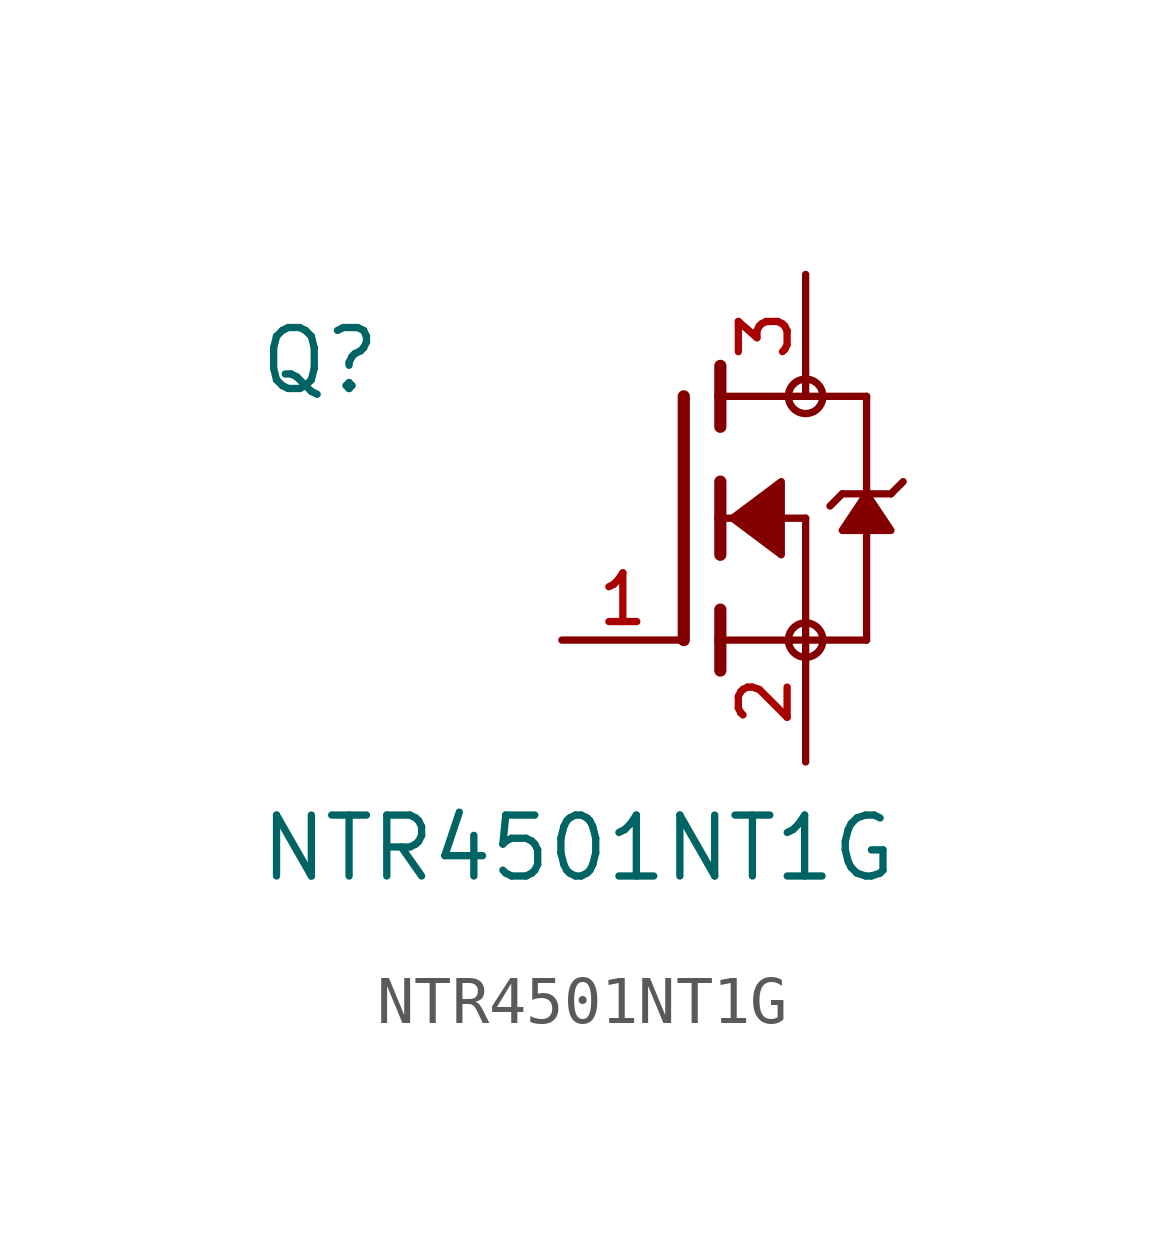
<source format=kicad_sym>
(kicad_symbol_lib
  (version 20211014)
  (generator kicad_symbol_editor)
  (symbol "NTR4501NT1G"
    (pin_names
      (offset 1.016))
    (property "Reference" "Q"
      (at -8.89 2.54 0)
      (effects (font (size 1.27 1.27)) (justify bottom left)))
    (property "Value" "NTR4501NT1G"
      (at -8.89 -7.62 0)
      (effects (font (size 1.27 1.27)) (justify bottom left)))
    (symbol "NTR4501NT1G_0_0"
      (polyline (pts (xy 0.762 0.762) (xy 0.762 0.0)) (stroke (width 0.254)))
      (polyline (pts (xy 0.762 0.0) (xy 0.762 -0.762)) (stroke (width 0.254)))
      (polyline (pts (xy 0.762 3.175) (xy 0.762 2.54)) (stroke (width 0.254)))
      (polyline (pts (xy 0.762 2.54) (xy 0.762 1.905)) (stroke (width 0.254)))
      (polyline (pts (xy 0.762 0.0) (xy 2.54 0.0)) (stroke (width 0.152)))
      (polyline (pts (xy 2.54 0.0) (xy 2.54 -2.54)) (stroke (width 0.152)))
      (polyline (pts (xy 0.762 -1.905) (xy 0.762 -2.54)) (stroke (width 0.254)))
      (polyline (pts (xy 0.762 -2.54) (xy 0.762 -3.175)) (stroke (width 0.254)))
      (polyline (pts (xy 0.0 2.54) (xy 0.0 -2.54)) (stroke (width 0.254)))
      (polyline (pts (xy 2.54 -2.54) (xy 0.762 -2.54)) (stroke (width 0.152)))
      (polyline (pts (xy 3.81 2.54) (xy 3.81 0.508)) (stroke (width 0.152)))
      (polyline (pts (xy 3.81 0.508) (xy 3.81 -2.54)) (stroke (width 0.152)))
      (polyline (pts (xy 2.54 -2.54) (xy 3.81 -2.54)) (stroke (width 0.152)))
      (polyline (pts (xy 0.762 2.54) (xy 3.81 2.54)) (stroke (width 0.152)))
      (polyline (pts (xy 4.572 0.762) (xy 4.318 0.508)) (stroke (width 0.152)))
      (polyline (pts (xy 4.318 0.508) (xy 3.81 0.508)) (stroke (width 0.152)))
      (polyline (pts (xy 3.81 0.508) (xy 3.302 0.508)) (stroke (width 0.152)))
      (polyline (pts (xy 3.302 0.508) (xy 3.048 0.254)) (stroke (width 0.152)))
      (circle (center 2.54 -2.54) (radius 0.359) (stroke (width 0.0)) (fill (type none)))
      (circle (center 2.54 2.54) (radius 0.359) (stroke (width 0.0)) (fill (type none)))
      (polyline (pts (xy 3.81 0.508) (xy 3.302 -0.254) (xy 4.318 -0.254) (xy 3.81 0.508)) (stroke (width 0.152)) (fill (type outline)))
      (polyline (pts (xy 1.016 0.0) (xy 2.032 0.762) (xy 2.032 -0.762) (xy 1.016 0.0)) (stroke (width 0.152)) (fill (type outline)))
      (pin passive line (at 2.54 -5.08 90.0) (length 2.54) (name "~" (effects (font (size 1.016 1.016)))) (number "2" (effects (font (size 1.016 1.016)))))
      (pin passive line (at -2.54 -2.54 0) (length 2.54) (name "~" (effects (font (size 1.016 1.016)))) (number "1" (effects (font (size 1.016 1.016)))))
      (pin passive line (at 2.54 5.08 270.0) (length 2.54) (name "~" (effects (font (size 1.016 1.016)))) (number "3" (effects (font (size 1.016 1.016))))))))
</source>
